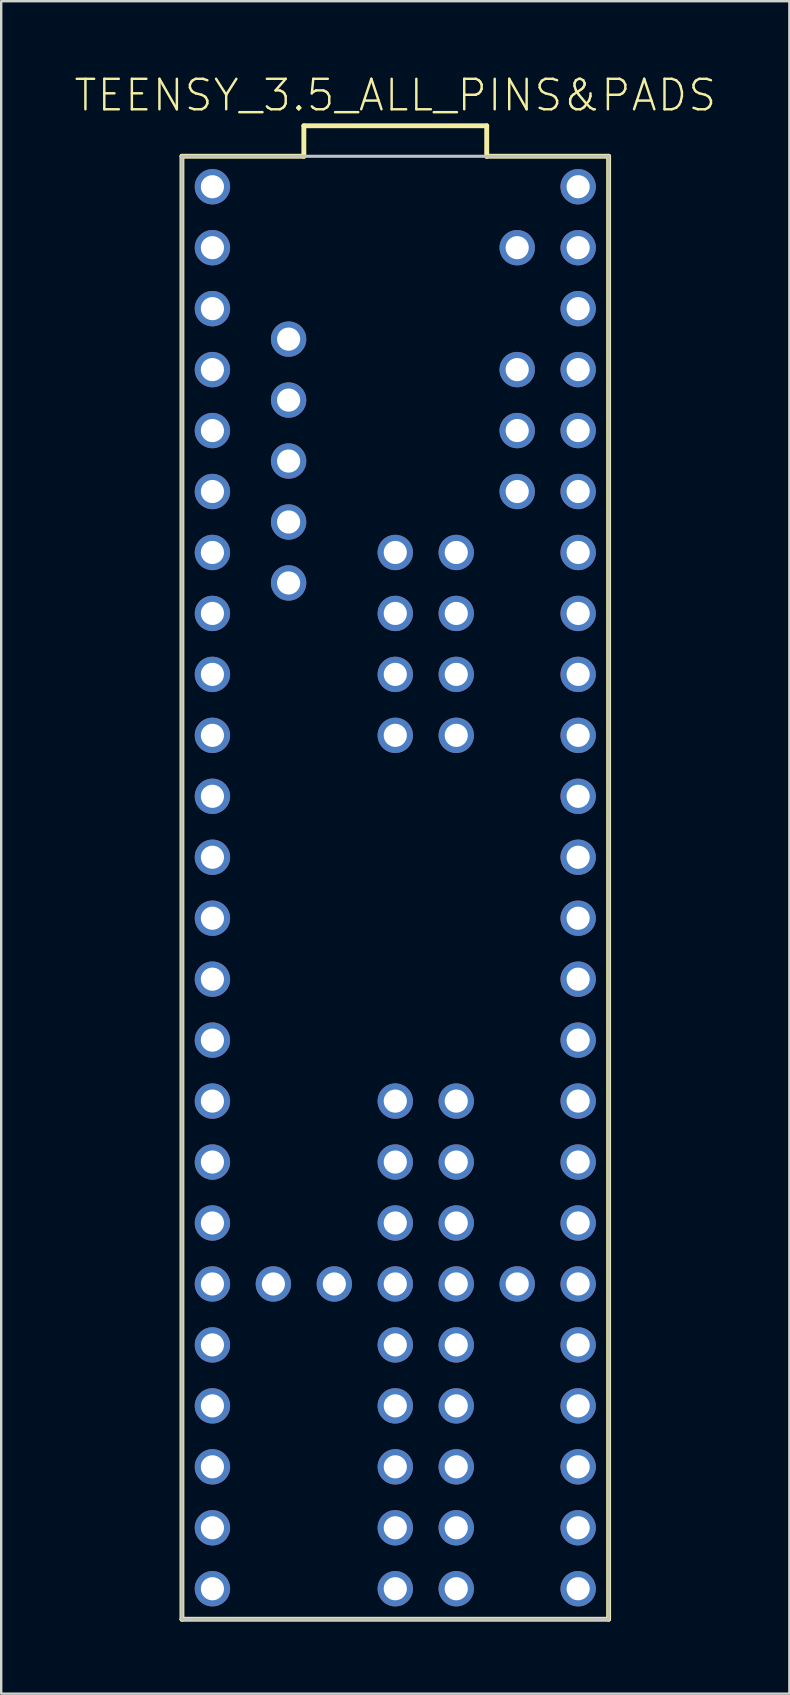
<source format=kicad_pcb>
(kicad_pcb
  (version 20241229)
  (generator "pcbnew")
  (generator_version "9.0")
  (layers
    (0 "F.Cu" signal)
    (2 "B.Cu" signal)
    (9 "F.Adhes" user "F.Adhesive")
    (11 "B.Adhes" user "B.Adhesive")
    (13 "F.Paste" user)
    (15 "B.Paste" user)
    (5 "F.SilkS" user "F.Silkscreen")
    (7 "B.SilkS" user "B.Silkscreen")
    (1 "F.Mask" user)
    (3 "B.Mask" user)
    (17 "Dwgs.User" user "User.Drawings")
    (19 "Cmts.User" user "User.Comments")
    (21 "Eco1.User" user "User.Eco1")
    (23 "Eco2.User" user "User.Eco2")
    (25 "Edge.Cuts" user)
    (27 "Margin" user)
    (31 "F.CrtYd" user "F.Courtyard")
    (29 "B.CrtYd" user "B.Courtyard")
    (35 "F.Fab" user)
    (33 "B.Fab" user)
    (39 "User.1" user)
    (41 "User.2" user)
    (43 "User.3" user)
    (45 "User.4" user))
  (footprint "TEENSY_3.5_ALL_PINS&PADS"
    (layer "F.Cu")
    (at 13.421 21.241)
    (property "Reference" "TEENSY_3.5_ALL_PINS&PADS" (at 0 -20.32 0) (layer "F.SilkS") (effects (font (size 1.27 1.27) (thickness 0.102))))
    (attr exclude_from_pos_files exclude_from_bom)
    (fp_line (start -8.89 -17.78) (end -3.81 -17.78) (stroke (width 0.203) (type solid)) (layer "F.SilkS"))
    (fp_line (start -8.89 43.18) (end -8.89 -17.78) (stroke (width 0.203) (type solid)) (layer "F.SilkS"))
    (fp_line (start -3.81 -19.05) (end 3.81 -19.05) (stroke (width 0.203) (type solid)) (layer "F.SilkS"))
    (fp_line (start -3.81 -17.78) (end -3.81 -19.05) (stroke (width 0.203) (type solid)) (layer "F.SilkS"))
    (fp_line (start 3.81 -19.05) (end 3.81 -17.78) (stroke (width 0.203) (type solid)) (layer "F.SilkS"))
    (fp_line (start 3.81 -17.78) (end 8.89 -17.78) (stroke (width 0.203) (type solid)) (layer "F.SilkS"))
    (fp_line (start 8.89 -17.78) (end 8.89 43.18) (stroke (width 0.203) (type solid)) (layer "F.SilkS"))
    (fp_line (start 8.89 43.18) (end -8.89 43.18) (stroke (width 0.203) (type solid)) (layer "F.SilkS"))
    (fp_line (start -8.89 -17.78) (end 8.89 -17.78) (stroke (width 0.127) (type solid)) (layer "Dwgs.User"))
    (fp_line (start -8.89 43.18) (end -8.89 -17.78) (stroke (width 0.127) (type solid)) (layer "Dwgs.User"))
    (fp_line (start 8.89 -17.78) (end 8.89 43.18) (stroke (width 0.127) (type solid)) (layer "Dwgs.User"))
    (fp_line (start 8.89 43.18) (end -8.89 43.18) (stroke (width 0.127) (type solid)) (layer "Dwgs.User"))
    (pad "0" thru_hole circle (at -7.62 -13.97) (size 1.473 1.473) (drill 0.965) (layers "*.Cu" "*.Paste" "*.Mask"))
    (pad "1" thru_hole circle (at -7.62 -11.43) (size 1.473 1.473) (drill 0.965) (layers "*.Cu" "*.Paste" "*.Mask"))
    (pad "2" thru_hole circle (at -7.62 -8.89) (size 1.473 1.473) (drill 0.965) (layers "*.Cu" "*.Paste" "*.Mask"))
    (pad "3" thru_hole circle (at -7.62 -6.35) (size 1.473 1.473) (drill 0.965) (layers "*.Cu" "*.Paste" "*.Mask"))
    (pad "3.3V" thru_hole circle (at 7.62 -11.43) (size 1.473 1.473) (drill 0.965) (layers "*.Cu" "*.Paste" "*.Mask"))
    (pad "3.3V2" thru_hole circle (at 2.54 41.91) (size 1.473 1.473) (drill 0.965) (layers "*.Cu" "*.Paste" "*.Mask"))
    (pad "3.3V3" thru_hole circle (at -7.62 19.05) (size 1.473 1.473) (drill 0.965) (layers "*.Cu" "*.Paste" "*.Mask"))
    (pad "3.3V4" thru_hole circle (at -2.54 29.21) (size 1.473 1.473) (drill 0.965) (layers "*.Cu" "*.Paste" "*.Mask"))
    (pad "4" thru_hole circle (at -7.62 -3.81) (size 1.473 1.473) (drill 0.965) (layers "*.Cu" "*.Paste" "*.Mask"))
    (pad "5" thru_hole circle (at -7.62 -1.27) (size 1.473 1.473) (drill 0.965) (layers "*.Cu" "*.Paste" "*.Mask"))
    (pad "6" thru_hole circle (at -7.62 1.27) (size 1.473 1.473) (drill 0.965) (layers "*.Cu" "*.Paste" "*.Mask"))
    (pad "7" thru_hole circle (at -7.62 3.81) (size 1.473 1.473) (drill 0.965) (layers "*.Cu" "*.Paste" "*.Mask"))
    (pad "8" thru_hole circle (at -7.62 6.35) (size 1.473 1.473) (drill 0.965) (layers "*.Cu" "*.Paste" "*.Mask"))
    (pad "9" thru_hole circle (at -7.62 8.89) (size 1.473 1.473) (drill 0.965) (layers "*.Cu" "*.Paste" "*.Mask"))
    (pad "10" thru_hole circle (at -7.62 11.43) (size 1.473 1.473) (drill 0.965) (layers "*.Cu" "*.Paste" "*.Mask"))
    (pad "11" thru_hole circle (at -7.62 13.97) (size 1.473 1.473) (drill 0.965) (layers "*.Cu" "*.Paste" "*.Mask"))
    (pad "12" thru_hole circle (at -7.62 16.51) (size 1.473 1.473) (drill 0.965) (layers "*.Cu" "*.Paste" "*.Mask"))
    (pad "13" thru_hole circle (at 7.62 16.51) (size 1.473 1.473) (drill 0.965) (layers "*.Cu" "*.Paste" "*.Mask"))
    (pad "14/A0" thru_hole circle (at 7.62 13.97) (size 1.473 1.473) (drill 0.965) (layers "*.Cu" "*.Paste" "*.Mask"))
    (pad "15/A1" thru_hole circle (at 7.62 11.43) (size 1.473 1.473) (drill 0.965) (layers "*.Cu" "*.Paste" "*.Mask"))
    (pad "16/A2" thru_hole circle (at 7.62 8.89) (size 1.473 1.473) (drill 0.965) (layers "*.Cu" "*.Paste" "*.Mask"))
    (pad "17/A3" thru_hole circle (at 7.62 6.35) (size 1.473 1.473) (drill 0.965) (layers "*.Cu" "*.Paste" "*.Mask"))
    (pad "18/A4" thru_hole circle (at 7.62 3.81) (size 1.473 1.473) (drill 0.965) (layers "*.Cu" "*.Paste" "*.Mask"))
    (pad "19/A5" thru_hole circle (at 7.62 1.27) (size 1.473 1.473) (drill 0.965) (layers "*.Cu" "*.Paste" "*.Mask"))
    (pad "20/A6" thru_hole circle (at 7.62 -1.27) (size 1.473 1.473) (drill 0.965) (layers "*.Cu" "*.Paste" "*.Mask"))
    (pad "21/A7" thru_hole circle (at 7.62 -3.81) (size 1.473 1.473) (drill 0.965) (layers "*.Cu" "*.Paste" "*.Mask"))
    (pad "22/A8" thru_hole circle (at 7.62 -6.35) (size 1.473 1.473) (drill 0.965) (layers "*.Cu" "*.Paste" "*.Mask"))
    (pad "23/A9" thru_hole circle (at 7.62 -8.89) (size 1.473 1.473) (drill 0.965) (layers "*.Cu" "*.Paste" "*.Mask"))
    (pad "24" thru_hole circle (at -7.62 21.59) (size 1.473 1.473) (drill 0.965) (layers "*.Cu" "*.Paste" "*.Mask"))
    (pad "25" thru_hole circle (at -7.62 24.13) (size 1.473 1.473) (drill 0.965) (layers "*.Cu" "*.Paste" "*.Mask"))
    (pad "26" thru_hole circle (at -7.62 26.67) (size 1.473 1.473) (drill 0.965) (layers "*.Cu" "*.Paste" "*.Mask"))
    (pad "27" thru_hole circle (at -7.62 29.21) (size 1.473 1.473) (drill 0.965) (layers "*.Cu" "*.Paste" "*.Mask"))
    (pad "28" thru_hole circle (at -7.62 31.75) (size 1.473 1.473) (drill 0.965) (layers "*.Cu" "*.Paste" "*.Mask"))
    (pad "29" thru_hole circle (at -7.62 34.29) (size 1.473 1.473) (drill 0.965) (layers "*.Cu" "*.Paste" "*.Mask"))
    (pad "30" thru_hole circle (at -7.62 36.83) (size 1.473 1.473) (drill 0.965) (layers "*.Cu" "*.Paste" "*.Mask"))
    (pad "31/A12" thru_hole circle (at -7.62 39.37) (size 1.473 1.473) (drill 0.965) (layers "*.Cu" "*.Paste" "*.Mask"))
    (pad "32/A13" thru_hole circle (at -7.62 41.91) (size 1.473 1.473) (drill 0.965) (layers "*.Cu" "*.Paste" "*.Mask"))
    (pad "33/A14" thru_hole circle (at 7.62 41.91) (size 1.473 1.473) (drill 0.965) (layers "*.Cu" "*.Paste" "*.Mask"))
    (pad "34/A15" thru_hole circle (at 7.62 39.37) (size 1.473 1.473) (drill 0.965) (layers "*.Cu" "*.Paste" "*.Mask"))
    (pad "35/A16" thru_hole circle (at 7.62 36.83) (size 1.473 1.473) (drill 0.965) (layers "*.Cu" "*.Paste" "*.Mask"))
    (pad "36/A17" thru_hole circle (at 7.62 34.29) (size 1.473 1.473) (drill 0.965) (layers "*.Cu" "*.Paste" "*.Mask"))
    (pad "37/A18" thru_hole circle (at 7.62 31.75) (size 1.473 1.473) (drill 0.965) (layers "*.Cu" "*.Paste" "*.Mask"))
    (pad "38/A19" thru_hole circle (at 7.62 29.21) (size 1.473 1.473) (drill 0.965) (layers "*.Cu" "*.Paste" "*.Mask"))
    (pad "39/A20" thru_hole circle (at 7.62 26.67) (size 1.473 1.473) (drill 0.965) (layers "*.Cu" "*.Paste" "*.Mask"))
    (pad "40" thru_hole circle (at 0 21.59) (size 1.473 1.473) (drill 0.965) (layers "*.Cu" "*.Paste" "*.Mask"))
    (pad "41" thru_hole circle (at 0 24.13) (size 1.473 1.473) (drill 0.965) (layers "*.Cu" "*.Paste" "*.Mask"))
    (pad "42" thru_hole circle (at 0 26.67) (size 1.473 1.473) (drill 0.965) (layers "*.Cu" "*.Paste" "*.Mask"))
    (pad "43" thru_hole circle (at 0 31.75) (size 1.473 1.473) (drill 0.965) (layers "*.Cu" "*.Paste" "*.Mask"))
    (pad "44" thru_hole circle (at 0 34.29) (size 1.473 1.473) (drill 0.965) (layers "*.Cu" "*.Paste" "*.Mask"))
    (pad "45" thru_hole circle (at 0 36.83) (size 1.473 1.473) (drill 0.965) (layers "*.Cu" "*.Paste" "*.Mask"))
    (pad "46" thru_hole circle (at 0 39.37) (size 1.473 1.473) (drill 0.965) (layers "*.Cu" "*.Paste" "*.Mask"))
    (pad "47" thru_hole circle (at 2.54 39.37) (size 1.473 1.473) (drill 0.965) (layers "*.Cu" "*.Paste" "*.Mask"))
    (pad "48" thru_hole circle (at 2.54 36.83) (size 1.473 1.473) (drill 0.965) (layers "*.Cu" "*.Paste" "*.Mask"))
    (pad "49" thru_hole circle (at 2.54 34.29) (size 1.473 1.473) (drill 0.965) (layers "*.Cu" "*.Paste" "*.Mask"))
    (pad "50" thru_hole circle (at 2.54 31.75) (size 1.473 1.473) (drill 0.965) (layers "*.Cu" "*.Paste" "*.Mask"))
    (pad "51" thru_hole circle (at 2.54 26.67) (size 1.473 1.473) (drill 0.965) (layers "*.Cu" "*.Paste" "*.Mask"))
    (pad "52" thru_hole circle (at 2.54 24.13) (size 1.473 1.473) (drill 0.965) (layers "*.Cu" "*.Paste" "*.Mask"))
    (pad "53" thru_hole circle (at 2.54 21.59) (size 1.473 1.473) (drill 0.965) (layers "*.Cu" "*.Paste" "*.Mask"))
    (pad "54" thru_hole circle (at 2.54 6.35) (size 1.473 1.473) (drill 0.965) (layers "*.Cu" "*.Paste" "*.Mask"))
    (pad "55" thru_hole circle (at 2.54 3.81) (size 1.473 1.473) (drill 0.965) (layers "*.Cu" "*.Paste" "*.Mask"))
    (pad "56" thru_hole circle (at 2.54 1.27) (size 1.473 1.473) (drill 0.965) (layers "*.Cu" "*.Paste" "*.Mask"))
    (pad "57" thru_hole circle (at 2.54 -1.27) (size 1.473 1.473) (drill 0.965) (layers "*.Cu" "*.Paste" "*.Mask"))
    (pad "A10" thru_hole circle (at 5.08 -6.35) (size 1.473 1.473) (drill 0.965) (layers "*.Cu" "*.Paste" "*.Mask"))
    (pad "A11" thru_hole circle (at 5.08 -3.81) (size 1.473 1.473) (drill 0.965) (layers "*.Cu" "*.Paste" "*.Mask"))
    (pad "A21" thru_hole circle (at 7.62 24.13) (size 1.473 1.473) (drill 0.965) (layers "*.Cu" "*.Paste" "*.Mask"))
    (pad "A22" thru_hole circle (at 7.62 21.59) (size 1.473 1.473) (drill 0.965) (layers "*.Cu" "*.Paste" "*.Mask"))
    (pad "A25" thru_hole circle (at -4.445 -5.08) (size 1.473 1.473) (drill 0.965) (layers "*.Cu" "*.Paste" "*.Mask"))
    (pad "A26" thru_hole circle (at -4.445 -7.62) (size 1.473 1.473) (drill 0.965) (layers "*.Cu" "*.Paste" "*.Mask"))
    (pad "AGND" thru_hole circle (at 7.62 -13.97) (size 1.473 1.473) (drill 0.965) (layers "*.Cu" "*.Paste" "*.Mask"))
    (pad "AREF" thru_hole circle (at 5.08 -8.89) (size 1.473 1.473) (drill 0.965) (layers "*.Cu" "*.Paste" "*.Mask"))
    (pad "DC" thru_hole circle (at 0 3.81) (size 1.473 1.473) (drill 0.965) (layers "*.Cu" "*.Paste" "*.Mask"))
    (pad "DE" thru_hole circle (at 0 1.27) (size 1.473 1.473) (drill 0.965) (layers "*.Cu" "*.Paste" "*.Mask"))
    (pad "DO" thru_hole circle (at 0 6.35) (size 1.473 1.473) (drill 0.965) (layers "*.Cu" "*.Paste" "*.Mask"))
    (pad "GND" thru_hole circle (at -7.62 -16.51) (size 1.473 1.473) (drill 0.965) (layers "*.Cu" "*.Paste" "*.Mask"))
    (pad "GND1" thru_hole circle (at 7.62 19.05) (size 1.473 1.473) (drill 0.965) (layers "*.Cu" "*.Paste" "*.Mask"))
    (pad "GND2" thru_hole circle (at 0 -1.27) (size 1.473 1.473) (drill 0.965) (layers "*.Cu" "*.Paste" "*.Mask"))
    (pad "GND3" thru_hole circle (at -4.445 -2.54) (size 1.473 1.473) (drill 0.965) (layers "*.Cu" "*.Paste" "*.Mask"))
    (pad "GND4" thru_hole circle (at -4.445 0) (size 1.473 1.473) (drill 0.965) (layers "*.Cu" "*.Paste" "*.Mask"))
    (pad "GND5" thru_hole circle (at 0 41.91) (size 1.473 1.473) (drill 0.965) (layers "*.Cu" "*.Paste" "*.Mask"))
    (pad "GND6" thru_hole circle (at 0 29.21) (size 1.473 1.473) (drill 0.965) (layers "*.Cu" "*.Paste" "*.Mask"))
    (pad "NC" thru_hole circle (at -4.445 -10.16) (size 1.473 1.473) (drill 0.965) (layers "*.Cu" "*.Paste" "*.Mask"))
    (pad "PGM" thru_hole circle (at 2.54 29.21) (size 1.473 1.473) (drill 0.965) (layers "*.Cu" "*.Paste" "*.Mask"))
    (pad "RESET" thru_hole circle (at 5.08 29.21) (size 1.473 1.473) (drill 0.965) (layers "*.Cu" "*.Paste" "*.Mask"))
    (pad "VBAT" thru_hole circle (at -5.08 29.21) (size 1.473 1.473) (drill 0.965) (layers "*.Cu" "*.Paste" "*.Mask"))
    (pad "VIN" thru_hole circle (at 7.62 -16.51) (size 1.473 1.473) (drill 0.965) (layers "*.Cu" "*.Paste" "*.Mask"))
    (pad "VUSB" thru_hole circle (at 5.08 -13.97) (size 1.473 1.473) (drill 0.965) (layers "*.Cu" "*.Paste" "*.Mask")))
  (gr_rect
    (start -3 -3)
    (end 29.842 67.523)
    (stroke (width 0.1) (type default))
    (fill no)
    (layer "Edge.Cuts")))
</source>
